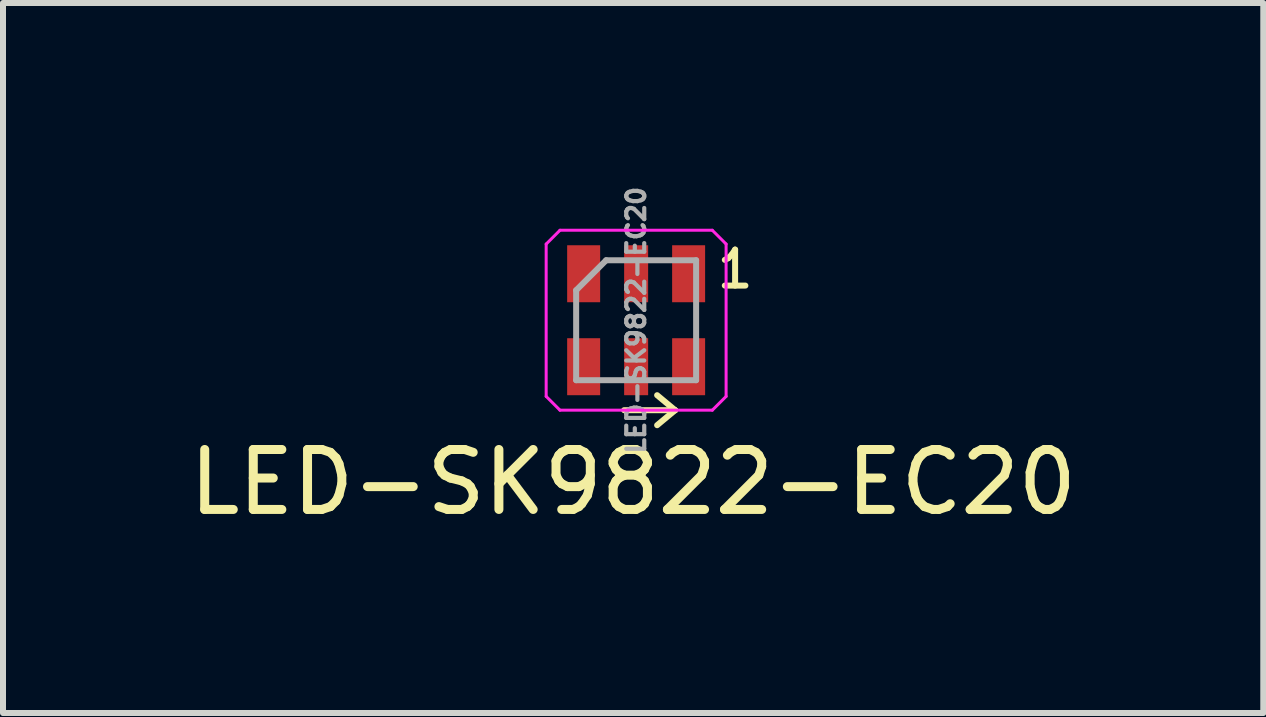
<source format=kicad_pcb>
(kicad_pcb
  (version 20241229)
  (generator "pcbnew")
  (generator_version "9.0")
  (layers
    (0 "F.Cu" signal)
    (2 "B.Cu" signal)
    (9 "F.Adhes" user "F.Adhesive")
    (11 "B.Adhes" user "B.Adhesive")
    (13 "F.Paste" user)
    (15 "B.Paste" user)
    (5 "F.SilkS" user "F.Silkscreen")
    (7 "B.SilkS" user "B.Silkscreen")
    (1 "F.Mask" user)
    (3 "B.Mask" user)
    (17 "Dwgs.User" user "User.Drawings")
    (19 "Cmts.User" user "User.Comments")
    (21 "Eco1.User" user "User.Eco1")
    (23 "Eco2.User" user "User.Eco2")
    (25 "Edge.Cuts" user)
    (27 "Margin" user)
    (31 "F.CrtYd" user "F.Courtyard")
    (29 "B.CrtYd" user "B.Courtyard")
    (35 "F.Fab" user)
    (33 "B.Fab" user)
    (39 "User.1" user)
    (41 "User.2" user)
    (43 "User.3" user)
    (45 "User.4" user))
  (footprint "LED-SK9822-EC20"
    (layer "F.Cu")
    (at 7.556 2.289)
    (property "Reference" "LED-SK9822-EC20" (at -0.05 2.7 0) (layer "F.SilkS") (effects (font (size 1 1) (thickness 0.15))))
    (attr smd)
    (fp_line (start -0.2 1.5) (end 0.65 1.5) (stroke (width 0.1) (type solid)) (layer "F.SilkS"))
    (fp_line (start 0.35 1.25) (end 0.65 1.5) (stroke (width 0.1) (type solid)) (layer "F.SilkS"))
    (fp_line (start 0.35 1.75) (end 0.65 1.5) (stroke (width 0.1) (type solid)) (layer "F.SilkS"))
    (fp_line (start -1.5 1.27) (end -1.5 -1.27) (stroke (width 0.05) (type solid)) (layer "F.CrtYd"))
    (fp_line (start -1.5 1.27) (end -1.27 1.5) (stroke (width 0.05) (type solid)) (layer "F.CrtYd"))
    (fp_line (start -1.27 -1.5) (end -1.5 -1.27) (stroke (width 0.05) (type solid)) (layer "F.CrtYd"))
    (fp_line (start 1.27 -1.5) (end -1.27 -1.5) (stroke (width 0.05) (type solid)) (layer "F.CrtYd"))
    (fp_line (start 1.27 -1.5) (end 1.5 -1.27) (stroke (width 0.05) (type solid)) (layer "F.CrtYd"))
    (fp_line (start 1.27 1.5) (end -1.27 1.5) (stroke (width 0.05) (type solid)) (layer "F.CrtYd"))
    (fp_line (start 1.5 -1.27) (end 1.5 1.27) (stroke (width 0.05) (type solid)) (layer "F.CrtYd"))
    (fp_line (start 1.5 1.27) (end 1.27 1.5) (stroke (width 0.05) (type solid)) (layer "F.CrtYd"))
    (fp_line (start -1 1) (end -1 -0.5) (stroke (width 0.1) (type solid)) (layer "F.Fab"))
    (fp_line (start -0.5 -1) (end -1 -0.5) (stroke (width 0.1) (type solid)) (layer "F.Fab"))
    (fp_line (start -0.5 -1) (end 1 -1) (stroke (width 0.1) (type solid)) (layer "F.Fab"))
    (fp_line (start 1 -1) (end 1 1) (stroke (width 0.1) (type solid)) (layer "F.Fab"))
    (fp_line (start 1 1) (end -1 1) (stroke (width 0.1) (type solid)) (layer "F.Fab"))
    (fp_text user "1" (at 1.65 -0.85 180) (layer "F.SilkS") (effects (font (size 0.6 0.6) (thickness 0.1))))
    (fp_text user "${REFERENCE}" (at 0 0 270) (layer "F.Fab") (effects (font (size 0.3 0.3) (thickness 0.07))))
    (pad "1" smd rect (at 0.875 -0.775) (size 0.55 0.95) (layers "F.Cu" "F.Mask" "F.Paste"))
    (pad "2" smd rect (at 0 -0.775) (size 0.4 0.95) (layers "F.Cu" "F.Mask" "F.Paste"))
    (pad "3" smd rect (at -0.875 -0.775) (size 0.55 0.95) (layers "F.Cu" "F.Mask" "F.Paste"))
    (pad "4" smd rect (at -0.875 0.775) (size 0.55 0.95) (layers "F.Cu" "F.Mask" "F.Paste"))
    (pad "5" smd rect (at 0 0.775) (size 0.4 0.95) (layers "F.Cu" "F.Mask" "F.Paste"))
    (pad "6" smd rect (at 0.875 0.775) (size 0.55 0.95) (layers "F.Cu" "F.Mask" "F.Paste")))
  (gr_rect
    (start -3 -3)
    (end 18.012 8.838)
    (stroke (width 0.1) (type default))
    (fill no)
    (layer "Edge.Cuts")))
</source>
